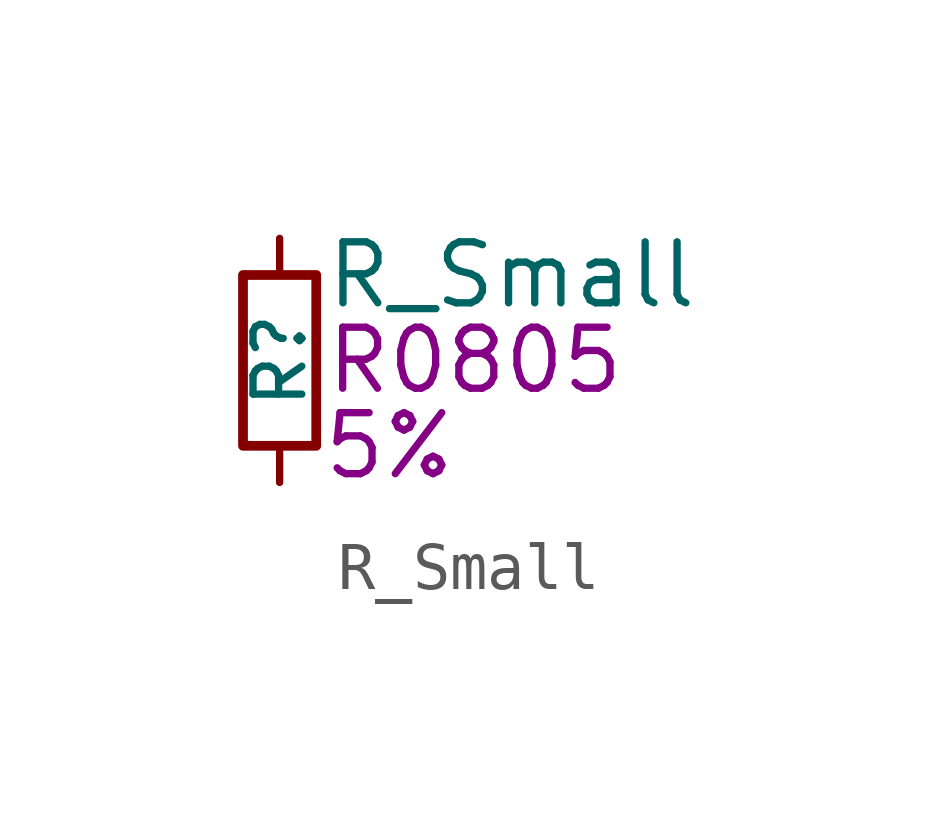
<source format=kicad_sym>
(kicad_symbol_lib
  (version 20241209)
  (generator "kicad_symbol_editor")
  (generator_version "9.0")
  (symbol "R_Small"
    (pin_numbers
      (hide yes))
    (pin_names
      (offset 0.254)
      (hide yes))
    (property "Reference" "R"
      (at 0 0 90)
      (effects (font (size 1.016 1.016))))
    (property "Value" "R_Small"
      (at 4.826 1.778 0)
      (effects (font (size 1.27 1.27))))
    (property "Package" "R0805"
      (at 4.064 0 0)
      (effects (font (size 1.27 1.27))))
    (property "Tolarance" "5%"
      (at 2.286 -1.778 0)
      (effects (font (size 1.27 1.27))))
    (symbol "R_Small_0_1"
      (rectangle (start -0.762 1.778) (end 0.762 -1.778) (stroke (width 0.203) (type default)) (fill (type none))))
    (symbol "R_Small_1_1"
      (pin passive line (at 0 2.54 270) (length 0.762) (name "~" (effects (font (size 1.27 1.27)))) (number "1" (effects (font (size 1.27 1.27)))))
      (pin passive line (at 0 -2.54 90) (length 0.762) (name "~" (effects (font (size 1.27 1.27)))) (number "2" (effects (font (size 1.27 1.27))))))))
</source>
